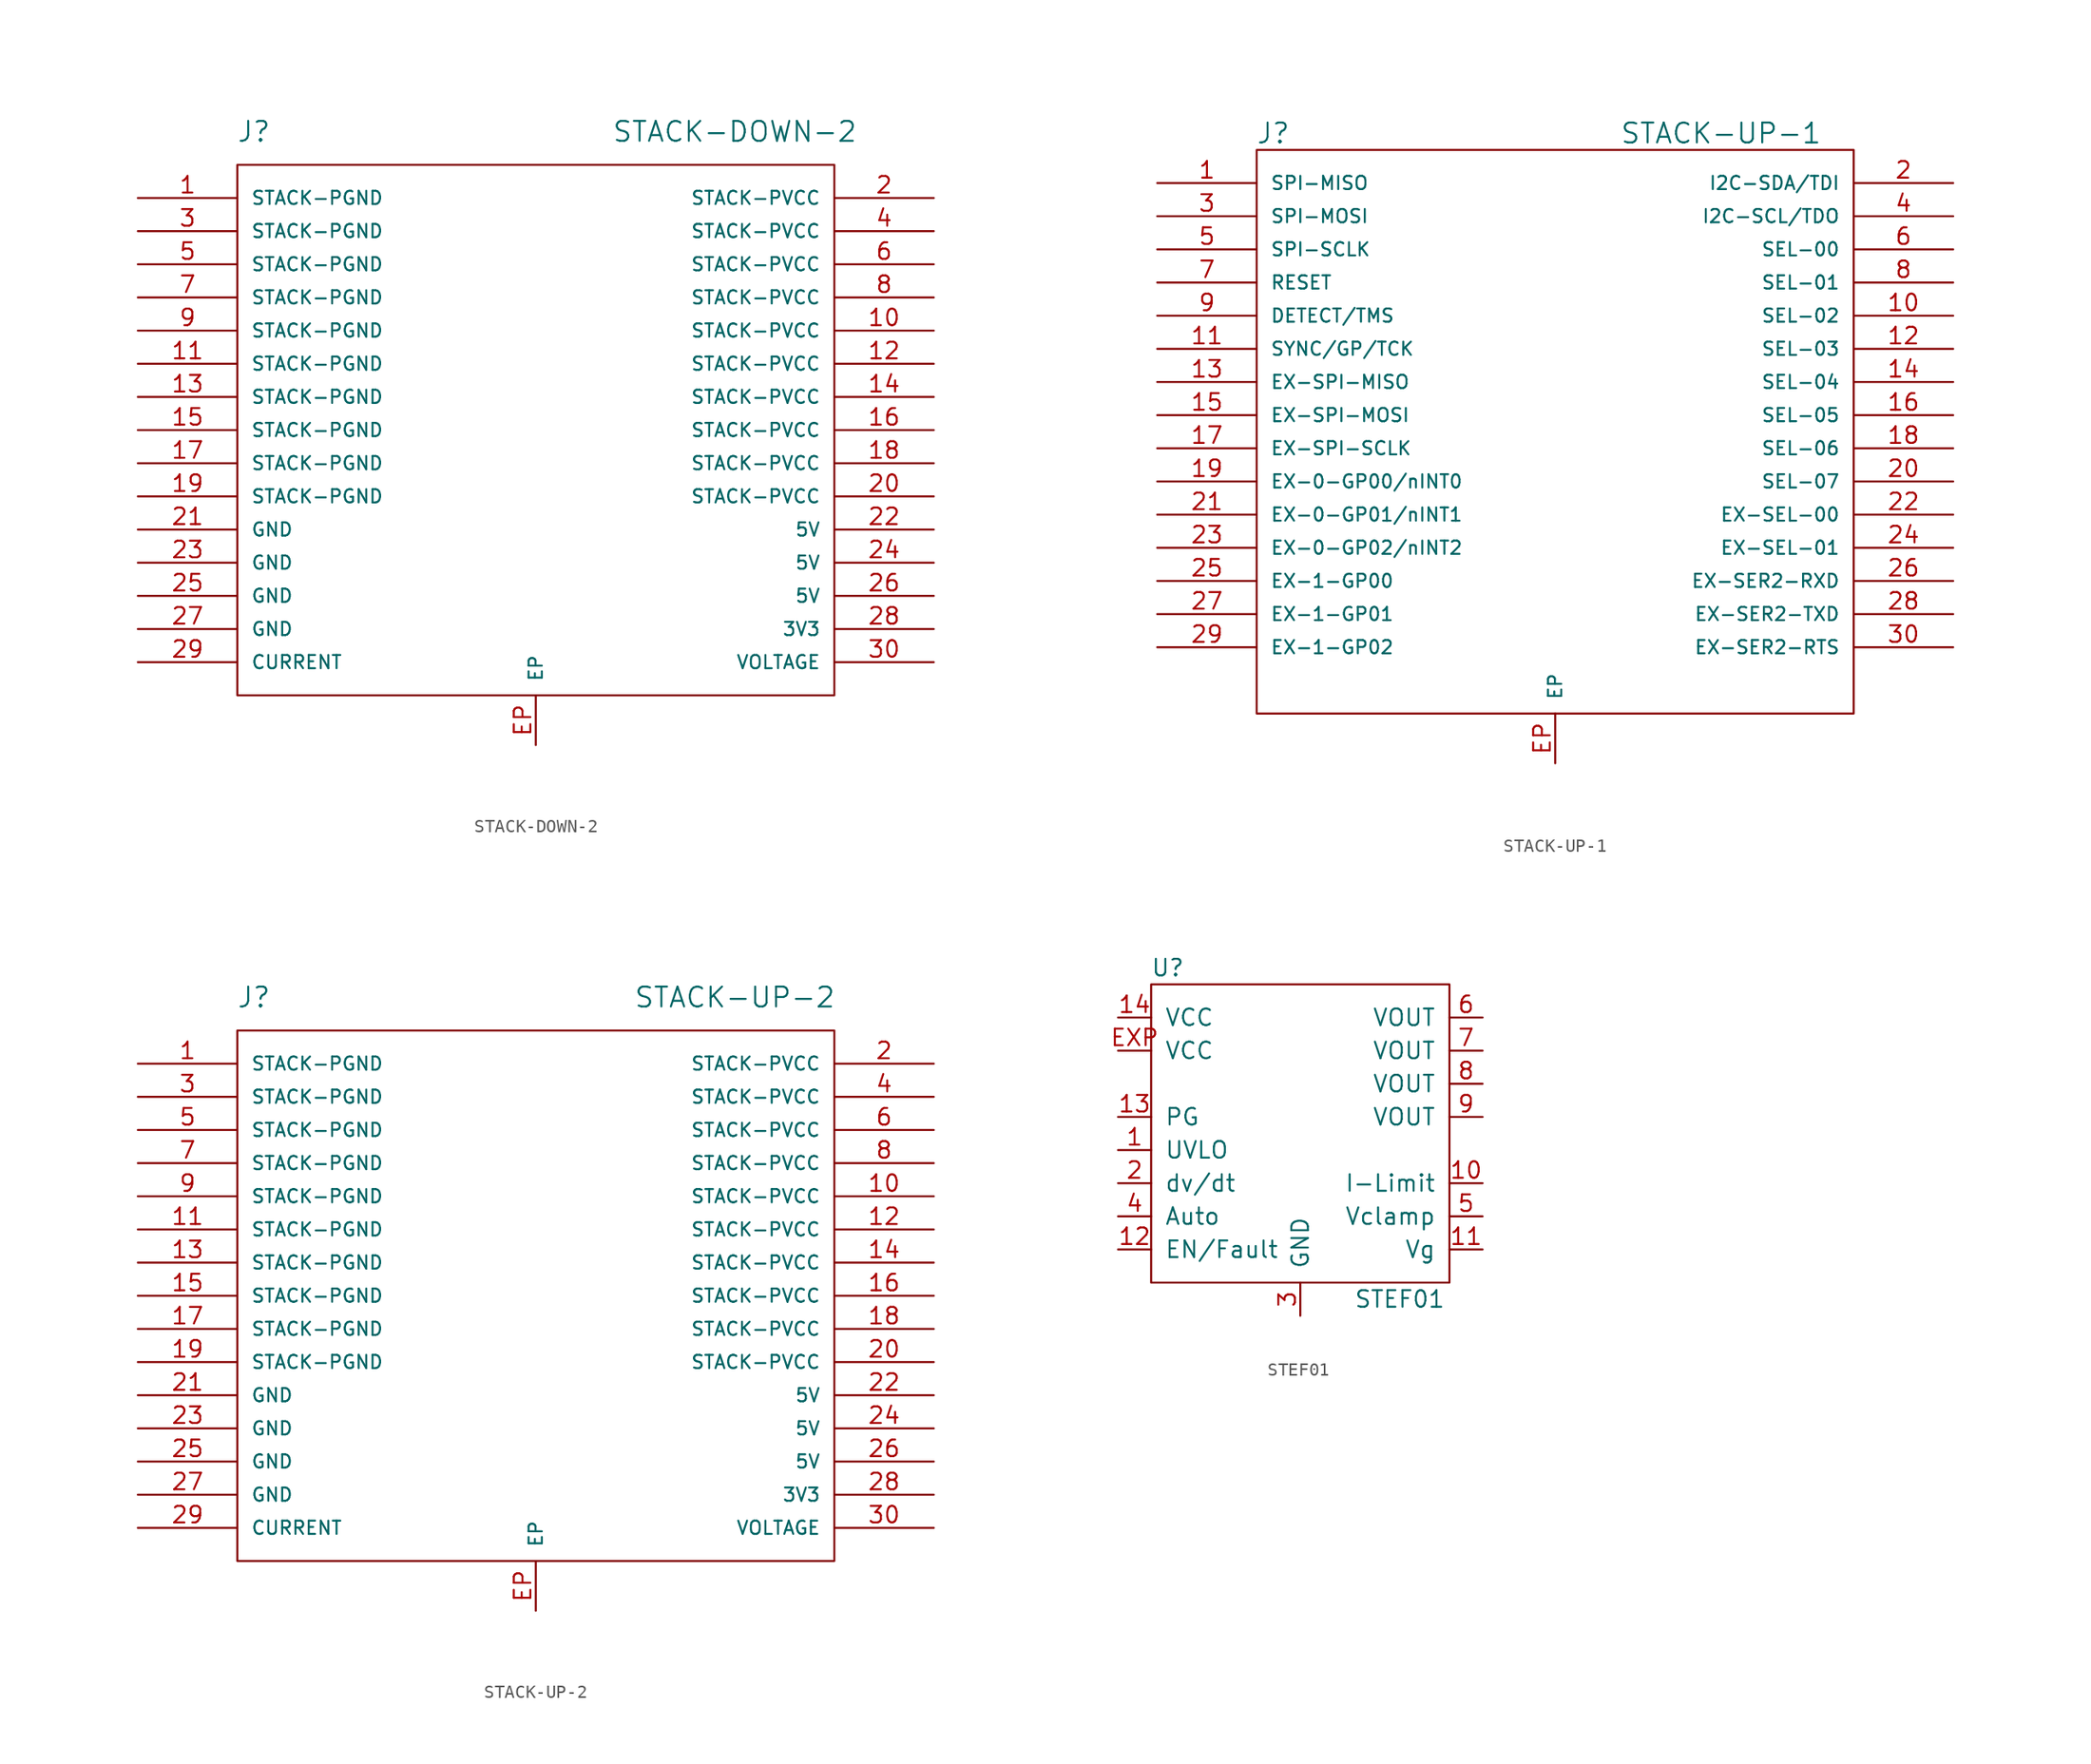
<source format=kicad_sym>
(kicad_symbol_lib
  (version 20211014)
  (generator kicad_symbol_editor)
  (symbol "STACK-DOWN-2"
    (pin_names
      (offset 1.016))
    (property "Reference" "J"
      (at -21.59 22.86 0)
      (effects (font (size 1.524 1.524))))
    (property "Value" "STACK-DOWN-2"
      (at 15.24 22.86 0)
      (effects (font (size 1.524 1.524))))
    (property "Footprint" ""
      (at 0 0 0)
      (effects (font (size 1.524 1.524))))
    (property "Datasheet" ""
      (at 0 0 0)
      (effects (font (size 1.524 1.524))))
    (symbol "STACK-DOWN-2_0_1"
      (rectangle (start -22.86 20.32) (end 22.86 -20.32) (stroke (width 0) (type default) (color 0 0 0 0)) (fill (type none))))
    (symbol "STACK-DOWN-2_1_1"
      (pin passive line (at -30.48 17.78 0) (length 7.62) (name "STACK-PGND" (effects (font (size 1.016 1.016)))) (number "1" (effects (font (size 1.27 1.27)))))
      (pin passive line (at 30.48 7.62 180) (length 7.62) (name "STACK-PVCC" (effects (font (size 1.016 1.016)))) (number "10" (effects (font (size 1.27 1.27)))))
      (pin passive line (at -30.48 5.08 0) (length 7.62) (name "STACK-PGND" (effects (font (size 1.016 1.016)))) (number "11" (effects (font (size 1.27 1.27)))))
      (pin passive line (at 30.48 5.08 180) (length 7.62) (name "STACK-PVCC" (effects (font (size 1.016 1.016)))) (number "12" (effects (font (size 1.27 1.27)))))
      (pin passive line (at -30.48 2.54 0) (length 7.62) (name "STACK-PGND" (effects (font (size 1.016 1.016)))) (number "13" (effects (font (size 1.27 1.27)))))
      (pin passive line (at 30.48 2.54 180) (length 7.62) (name "STACK-PVCC" (effects (font (size 1.016 1.016)))) (number "14" (effects (font (size 1.27 1.27)))))
      (pin passive line (at -30.48 0 0) (length 7.62) (name "STACK-PGND" (effects (font (size 1.016 1.016)))) (number "15" (effects (font (size 1.27 1.27)))))
      (pin passive line (at 30.48 0 180) (length 7.62) (name "STACK-PVCC" (effects (font (size 1.016 1.016)))) (number "16" (effects (font (size 1.27 1.27)))))
      (pin passive line (at -30.48 -2.54 0) (length 7.62) (name "STACK-PGND" (effects (font (size 1.016 1.016)))) (number "17" (effects (font (size 1.27 1.27)))))
      (pin passive line (at 30.48 -2.54 180) (length 7.62) (name "STACK-PVCC" (effects (font (size 1.016 1.016)))) (number "18" (effects (font (size 1.27 1.27)))))
      (pin passive line (at -30.48 -5.08 0) (length 7.62) (name "STACK-PGND" (effects (font (size 1.016 1.016)))) (number "19" (effects (font (size 1.27 1.27)))))
      (pin passive line (at 30.48 17.78 180) (length 7.62) (name "STACK-PVCC" (effects (font (size 1.016 1.016)))) (number "2" (effects (font (size 1.27 1.27)))))
      (pin passive line (at 30.48 -5.08 180) (length 7.62) (name "STACK-PVCC" (effects (font (size 1.016 1.016)))) (number "20" (effects (font (size 1.27 1.27)))))
      (pin passive line (at -30.48 -7.62 0) (length 7.62) (name "GND" (effects (font (size 1.016 1.016)))) (number "21" (effects (font (size 1.27 1.27)))))
      (pin passive line (at 30.48 -7.62 180) (length 7.62) (name "5V" (effects (font (size 1.016 1.016)))) (number "22" (effects (font (size 1.27 1.27)))))
      (pin passive line (at -30.48 -10.16 0) (length 7.62) (name "GND" (effects (font (size 1.016 1.016)))) (number "23" (effects (font (size 1.27 1.27)))))
      (pin passive line (at 30.48 -10.16 180) (length 7.62) (name "5V" (effects (font (size 1.016 1.016)))) (number "24" (effects (font (size 1.27 1.27)))))
      (pin passive line (at -30.48 -12.7 0) (length 7.62) (name "GND" (effects (font (size 1.016 1.016)))) (number "25" (effects (font (size 1.27 1.27)))))
      (pin passive line (at 30.48 -12.7 180) (length 7.62) (name "5V" (effects (font (size 1.016 1.016)))) (number "26" (effects (font (size 1.27 1.27)))))
      (pin passive line (at -30.48 -15.24 0) (length 7.62) (name "GND" (effects (font (size 1.016 1.016)))) (number "27" (effects (font (size 1.27 1.27)))))
      (pin passive line (at 30.48 -15.24 180) (length 7.62) (name "3V3" (effects (font (size 1.016 1.016)))) (number "28" (effects (font (size 1.27 1.27)))))
      (pin passive line (at -30.48 -17.78 0) (length 7.62) (name "CURRENT" (effects (font (size 1.016 1.016)))) (number "29" (effects (font (size 1.27 1.27)))))
      (pin passive line (at -30.48 15.24 0) (length 7.62) (name "STACK-PGND" (effects (font (size 1.016 1.016)))) (number "3" (effects (font (size 1.27 1.27)))))
      (pin passive line (at 30.48 -17.78 180) (length 7.62) (name "VOLTAGE" (effects (font (size 1.016 1.016)))) (number "30" (effects (font (size 1.27 1.27)))))
      (pin passive line (at 30.48 15.24 180) (length 7.62) (name "STACK-PVCC" (effects (font (size 1.016 1.016)))) (number "4" (effects (font (size 1.27 1.27)))))
      (pin passive line (at -30.48 12.7 0) (length 7.62) (name "STACK-PGND" (effects (font (size 1.016 1.016)))) (number "5" (effects (font (size 1.27 1.27)))))
      (pin passive line (at 30.48 12.7 180) (length 7.62) (name "STACK-PVCC" (effects (font (size 1.016 1.016)))) (number "6" (effects (font (size 1.27 1.27)))))
      (pin passive line (at -30.48 10.16 0) (length 7.62) (name "STACK-PGND" (effects (font (size 1.016 1.016)))) (number "7" (effects (font (size 1.27 1.27)))))
      (pin passive line (at 30.48 10.16 180) (length 7.62) (name "STACK-PVCC" (effects (font (size 1.016 1.016)))) (number "8" (effects (font (size 1.27 1.27)))))
      (pin passive line (at -30.48 7.62 0) (length 7.62) (name "STACK-PGND" (effects (font (size 1.016 1.016)))) (number "9" (effects (font (size 1.27 1.27)))))
      (pin passive line (at 0 -24.13 90) (length 3.81) (name "EP" (effects (font (size 1.016 1.016)))) (number "EP" (effects (font (size 1.27 1.27)))))))
  (symbol "STACK-UP-1"
    (pin_names
      (offset 1.016))
    (property "Reference" "J"
      (at -21.59 21.59 0)
      (effects (font (size 1.524 1.524))))
    (property "Value" "STACK-UP-1"
      (at 12.7 21.59 0)
      (effects (font (size 1.524 1.524))))
    (property "Footprint" ""
      (at 0 0 0)
      (effects (font (size 1.524 1.524))))
    (property "Datasheet" ""
      (at 0 0 0)
      (effects (font (size 1.524 1.524))))
    (symbol "STACK-UP-1_0_1"
      (rectangle (start -22.86 20.32) (end 22.86 -22.86) (stroke (width 0) (type default) (color 0 0 0 0)) (fill (type none))))
    (symbol "STACK-UP-1_1_1"
      (pin passive line (at -30.48 17.78 0) (length 7.62) (name "SPI-MISO" (effects (font (size 1.016 1.016)))) (number "1" (effects (font (size 1.27 1.27)))))
      (pin passive line (at 30.48 7.62 180) (length 7.62) (name "SEL-02" (effects (font (size 1.016 1.016)))) (number "10" (effects (font (size 1.27 1.27)))))
      (pin passive line (at -30.48 5.08 0) (length 7.62) (name "SYNC/GP/TCK" (effects (font (size 1.016 1.016)))) (number "11" (effects (font (size 1.27 1.27)))))
      (pin passive line (at 30.48 5.08 180) (length 7.62) (name "SEL-03" (effects (font (size 1.016 1.016)))) (number "12" (effects (font (size 1.27 1.27)))))
      (pin passive line (at -30.48 2.54 0) (length 7.62) (name "EX-SPI-MISO" (effects (font (size 1.016 1.016)))) (number "13" (effects (font (size 1.27 1.27)))))
      (pin passive line (at 30.48 2.54 180) (length 7.62) (name "SEL-04" (effects (font (size 1.016 1.016)))) (number "14" (effects (font (size 1.27 1.27)))))
      (pin passive line (at -30.48 0 0) (length 7.62) (name "EX-SPI-MOSI" (effects (font (size 1.016 1.016)))) (number "15" (effects (font (size 1.27 1.27)))))
      (pin bidirectional line (at 30.48 0 180) (length 7.62) (name "SEL-05" (effects (font (size 1.016 1.016)))) (number "16" (effects (font (size 1.27 1.27)))))
      (pin passive line (at -30.48 -2.54 0) (length 7.62) (name "EX-SPI-SCLK" (effects (font (size 1.016 1.016)))) (number "17" (effects (font (size 1.27 1.27)))))
      (pin passive line (at 30.48 -2.54 180) (length 7.62) (name "SEL-06" (effects (font (size 1.016 1.016)))) (number "18" (effects (font (size 1.27 1.27)))))
      (pin passive line (at -30.48 -5.08 0) (length 7.62) (name "EX-0-GP00/nINT0" (effects (font (size 1.016 1.016)))) (number "19" (effects (font (size 1.27 1.27)))))
      (pin passive line (at 30.48 17.78 180) (length 7.62) (name "I2C-SDA/TDI" (effects (font (size 1.016 1.016)))) (number "2" (effects (font (size 1.27 1.27)))))
      (pin passive line (at 30.48 -5.08 180) (length 7.62) (name "SEL-07" (effects (font (size 1.016 1.016)))) (number "20" (effects (font (size 1.27 1.27)))))
      (pin passive line (at -30.48 -7.62 0) (length 7.62) (name "EX-0-GP01/nINT1" (effects (font (size 1.016 1.016)))) (number "21" (effects (font (size 1.27 1.27)))))
      (pin passive line (at 30.48 -7.62 180) (length 7.62) (name "EX-SEL-00" (effects (font (size 1.016 1.016)))) (number "22" (effects (font (size 1.27 1.27)))))
      (pin passive line (at -30.48 -10.16 0) (length 7.62) (name "EX-0-GP02/nINT2" (effects (font (size 1.016 1.016)))) (number "23" (effects (font (size 1.27 1.27)))))
      (pin passive line (at 30.48 -10.16 180) (length 7.62) (name "EX-SEL-01" (effects (font (size 1.016 1.016)))) (number "24" (effects (font (size 1.27 1.27)))))
      (pin passive line (at -30.48 -12.7 0) (length 7.62) (name "EX-1-GP00" (effects (font (size 1.016 1.016)))) (number "25" (effects (font (size 1.27 1.27)))))
      (pin passive line (at 30.48 -12.7 180) (length 7.62) (name "EX-SER2-RXD" (effects (font (size 1.016 1.016)))) (number "26" (effects (font (size 1.27 1.27)))))
      (pin passive line (at -30.48 -15.24 0) (length 7.62) (name "EX-1-GP01" (effects (font (size 1.016 1.016)))) (number "27" (effects (font (size 1.27 1.27)))))
      (pin passive line (at 30.48 -15.24 180) (length 7.62) (name "EX-SER2-TXD" (effects (font (size 1.016 1.016)))) (number "28" (effects (font (size 1.27 1.27)))))
      (pin passive line (at -30.48 -17.78 0) (length 7.62) (name "EX-1-GP02" (effects (font (size 1.016 1.016)))) (number "29" (effects (font (size 1.27 1.27)))))
      (pin passive line (at -30.48 15.24 0) (length 7.62) (name "SPI-MOSI" (effects (font (size 1.016 1.016)))) (number "3" (effects (font (size 1.27 1.27)))))
      (pin passive line (at 30.48 -17.78 180) (length 7.62) (name "EX-SER2-RTS" (effects (font (size 1.016 1.016)))) (number "30" (effects (font (size 1.27 1.27)))))
      (pin passive line (at 30.48 15.24 180) (length 7.62) (name "I2C-SCL/TDO" (effects (font (size 1.016 1.016)))) (number "4" (effects (font (size 1.27 1.27)))))
      (pin passive line (at -30.48 12.7 0) (length 7.62) (name "SPI-SCLK" (effects (font (size 1.016 1.016)))) (number "5" (effects (font (size 1.27 1.27)))))
      (pin passive line (at 30.48 12.7 180) (length 7.62) (name "SEL-00" (effects (font (size 1.016 1.016)))) (number "6" (effects (font (size 1.27 1.27)))))
      (pin passive line (at -30.48 10.16 0) (length 7.62) (name "RESET" (effects (font (size 1.016 1.016)))) (number "7" (effects (font (size 1.27 1.27)))))
      (pin passive line (at 30.48 10.16 180) (length 7.62) (name "SEL-01" (effects (font (size 1.016 1.016)))) (number "8" (effects (font (size 1.27 1.27)))))
      (pin passive line (at -30.48 7.62 0) (length 7.62) (name "DETECT/TMS" (effects (font (size 1.016 1.016)))) (number "9" (effects (font (size 1.27 1.27)))))
      (pin passive line (at 0 -26.67 90) (length 3.81) (name "EP" (effects (font (size 1.016 1.016)))) (number "EP" (effects (font (size 1.27 1.27)))))))
  (symbol "STACK-UP-2"
    (pin_names
      (offset 1.016))
    (property "Reference" "J"
      (at -21.59 22.86 0)
      (effects (font (size 1.524 1.524))))
    (property "Value" "STACK-UP-2"
      (at 15.24 22.86 0)
      (effects (font (size 1.524 1.524))))
    (property "Footprint" ""
      (at 0 0 0)
      (effects (font (size 1.524 1.524))))
    (property "Datasheet" ""
      (at 0 0 0)
      (effects (font (size 1.524 1.524))))
    (symbol "STACK-UP-2_0_1"
      (rectangle (start -22.86 20.32) (end 22.86 -20.32) (stroke (width 0) (type default) (color 0 0 0 0)) (fill (type none))))
    (symbol "STACK-UP-2_1_1"
      (pin passive line (at -30.48 17.78 0) (length 7.62) (name "STACK-PGND" (effects (font (size 1.016 1.016)))) (number "1" (effects (font (size 1.27 1.27)))))
      (pin passive line (at 30.48 7.62 180) (length 7.62) (name "STACK-PVCC" (effects (font (size 1.016 1.016)))) (number "10" (effects (font (size 1.27 1.27)))))
      (pin passive line (at -30.48 5.08 0) (length 7.62) (name "STACK-PGND" (effects (font (size 1.016 1.016)))) (number "11" (effects (font (size 1.27 1.27)))))
      (pin passive line (at 30.48 5.08 180) (length 7.62) (name "STACK-PVCC" (effects (font (size 1.016 1.016)))) (number "12" (effects (font (size 1.27 1.27)))))
      (pin passive line (at -30.48 2.54 0) (length 7.62) (name "STACK-PGND" (effects (font (size 1.016 1.016)))) (number "13" (effects (font (size 1.27 1.27)))))
      (pin passive line (at 30.48 2.54 180) (length 7.62) (name "STACK-PVCC" (effects (font (size 1.016 1.016)))) (number "14" (effects (font (size 1.27 1.27)))))
      (pin passive line (at -30.48 0 0) (length 7.62) (name "STACK-PGND" (effects (font (size 1.016 1.016)))) (number "15" (effects (font (size 1.27 1.27)))))
      (pin passive line (at 30.48 0 180) (length 7.62) (name "STACK-PVCC" (effects (font (size 1.016 1.016)))) (number "16" (effects (font (size 1.27 1.27)))))
      (pin passive line (at -30.48 -2.54 0) (length 7.62) (name "STACK-PGND" (effects (font (size 1.016 1.016)))) (number "17" (effects (font (size 1.27 1.27)))))
      (pin passive line (at 30.48 -2.54 180) (length 7.62) (name "STACK-PVCC" (effects (font (size 1.016 1.016)))) (number "18" (effects (font (size 1.27 1.27)))))
      (pin passive line (at -30.48 -5.08 0) (length 7.62) (name "STACK-PGND" (effects (font (size 1.016 1.016)))) (number "19" (effects (font (size 1.27 1.27)))))
      (pin power_out line (at 30.48 17.78 180) (length 7.62) (name "STACK-PVCC" (effects (font (size 1.016 1.016)))) (number "2" (effects (font (size 1.27 1.27)))))
      (pin passive line (at 30.48 -5.08 180) (length 7.62) (name "STACK-PVCC" (effects (font (size 1.016 1.016)))) (number "20" (effects (font (size 1.27 1.27)))))
      (pin passive line (at -30.48 -7.62 0) (length 7.62) (name "GND" (effects (font (size 1.016 1.016)))) (number "21" (effects (font (size 1.27 1.27)))))
      (pin power_out line (at 30.48 -7.62 180) (length 7.62) (name "5V" (effects (font (size 1.016 1.016)))) (number "22" (effects (font (size 1.27 1.27)))))
      (pin passive line (at -30.48 -10.16 0) (length 7.62) (name "GND" (effects (font (size 1.016 1.016)))) (number "23" (effects (font (size 1.27 1.27)))))
      (pin passive line (at 30.48 -10.16 180) (length 7.62) (name "5V" (effects (font (size 1.016 1.016)))) (number "24" (effects (font (size 1.27 1.27)))))
      (pin passive line (at -30.48 -12.7 0) (length 7.62) (name "GND" (effects (font (size 1.016 1.016)))) (number "25" (effects (font (size 1.27 1.27)))))
      (pin passive line (at 30.48 -12.7 180) (length 7.62) (name "5V" (effects (font (size 1.016 1.016)))) (number "26" (effects (font (size 1.27 1.27)))))
      (pin passive line (at -30.48 -15.24 0) (length 7.62) (name "GND" (effects (font (size 1.016 1.016)))) (number "27" (effects (font (size 1.27 1.27)))))
      (pin passive line (at 30.48 -15.24 180) (length 7.62) (name "3V3" (effects (font (size 1.016 1.016)))) (number "28" (effects (font (size 1.27 1.27)))))
      (pin passive line (at -30.48 -17.78 0) (length 7.62) (name "CURRENT" (effects (font (size 1.016 1.016)))) (number "29" (effects (font (size 1.27 1.27)))))
      (pin passive line (at -30.48 15.24 0) (length 7.62) (name "STACK-PGND" (effects (font (size 1.016 1.016)))) (number "3" (effects (font (size 1.27 1.27)))))
      (pin passive line (at 30.48 -17.78 180) (length 7.62) (name "VOLTAGE" (effects (font (size 1.016 1.016)))) (number "30" (effects (font (size 1.27 1.27)))))
      (pin passive line (at 30.48 15.24 180) (length 7.62) (name "STACK-PVCC" (effects (font (size 1.016 1.016)))) (number "4" (effects (font (size 1.27 1.27)))))
      (pin passive line (at -30.48 12.7 0) (length 7.62) (name "STACK-PGND" (effects (font (size 1.016 1.016)))) (number "5" (effects (font (size 1.27 1.27)))))
      (pin passive line (at 30.48 12.7 180) (length 7.62) (name "STACK-PVCC" (effects (font (size 1.016 1.016)))) (number "6" (effects (font (size 1.27 1.27)))))
      (pin passive line (at -30.48 10.16 0) (length 7.62) (name "STACK-PGND" (effects (font (size 1.016 1.016)))) (number "7" (effects (font (size 1.27 1.27)))))
      (pin passive line (at 30.48 10.16 180) (length 7.62) (name "STACK-PVCC" (effects (font (size 1.016 1.016)))) (number "8" (effects (font (size 1.27 1.27)))))
      (pin passive line (at -30.48 7.62 0) (length 7.62) (name "STACK-PGND" (effects (font (size 1.016 1.016)))) (number "9" (effects (font (size 1.27 1.27)))))
      (pin passive line (at 0 -24.13 90) (length 3.81) (name "EP" (effects (font (size 1.016 1.016)))) (number "EP" (effects (font (size 1.27 1.27)))))))
  (symbol "STEF01"
    (pin_names
      (offset 1.016))
    (property "Reference" "U"
      (at -10.16 12.7 0)
      (effects (font (size 1.27 1.27))))
    (property "Value" "STEF01"
      (at 7.62 -12.7 0)
      (effects (font (size 1.27 1.27))))
    (symbol "STEF01_0_1"
      (rectangle (start -11.43 11.43) (end 11.43 -11.43) (stroke (width 0) (type default) (color 0 0 0 0)) (fill (type none))))
    (symbol "STEF01_1_1"
      (pin input line (at -13.97 -1.27 0) (length 2.54) (name "UVLO" (effects (font (size 1.27 1.27)))) (number "1" (effects (font (size 1.27 1.27)))))
      (pin input line (at 13.97 -3.81 180) (length 2.54) (name "I-Limit" (effects (font (size 1.27 1.27)))) (number "10" (effects (font (size 1.27 1.27)))))
      (pin input line (at 13.97 -8.89 180) (length 2.54) (name "Vg" (effects (font (size 1.27 1.27)))) (number "11" (effects (font (size 1.27 1.27)))))
      (pin input line (at -13.97 -8.89 0) (length 2.54) (name "EN/Fault" (effects (font (size 1.27 1.27)))) (number "12" (effects (font (size 1.27 1.27)))))
      (pin input line (at -13.97 1.27 0) (length 2.54) (name "PG" (effects (font (size 1.27 1.27)))) (number "13" (effects (font (size 1.27 1.27)))))
      (pin input line (at -13.97 8.89 0) (length 2.54) (name "VCC" (effects (font (size 1.27 1.27)))) (number "14" (effects (font (size 1.27 1.27)))))
      (pin input line (at -13.97 -3.81 0) (length 2.54) (name "dv/dt" (effects (font (size 1.27 1.27)))) (number "2" (effects (font (size 1.27 1.27)))))
      (pin input line (at 0 -13.97 90) (length 2.54) (name "GND" (effects (font (size 1.27 1.27)))) (number "3" (effects (font (size 1.27 1.27)))))
      (pin input line (at -13.97 -6.35 0) (length 2.54) (name "Auto" (effects (font (size 1.27 1.27)))) (number "4" (effects (font (size 1.27 1.27)))))
      (pin input line (at 13.97 -6.35 180) (length 2.54) (name "Vclamp" (effects (font (size 1.27 1.27)))) (number "5" (effects (font (size 1.27 1.27)))))
      (pin input line (at 13.97 8.89 180) (length 2.54) (name "VOUT" (effects (font (size 1.27 1.27)))) (number "6" (effects (font (size 1.27 1.27)))))
      (pin input line (at 13.97 6.35 180) (length 2.54) (name "VOUT" (effects (font (size 1.27 1.27)))) (number "7" (effects (font (size 1.27 1.27)))))
      (pin input line (at 13.97 3.81 180) (length 2.54) (name "VOUT" (effects (font (size 1.27 1.27)))) (number "8" (effects (font (size 1.27 1.27)))))
      (pin input line (at 13.97 1.27 180) (length 2.54) (name "VOUT" (effects (font (size 1.27 1.27)))) (number "9" (effects (font (size 1.27 1.27)))))
      (pin input line (at -13.97 6.35 0) (length 2.54) (name "VCC" (effects (font (size 1.27 1.27)))) (number "EXP" (effects (font (size 1.27 1.27))))))))
</source>
